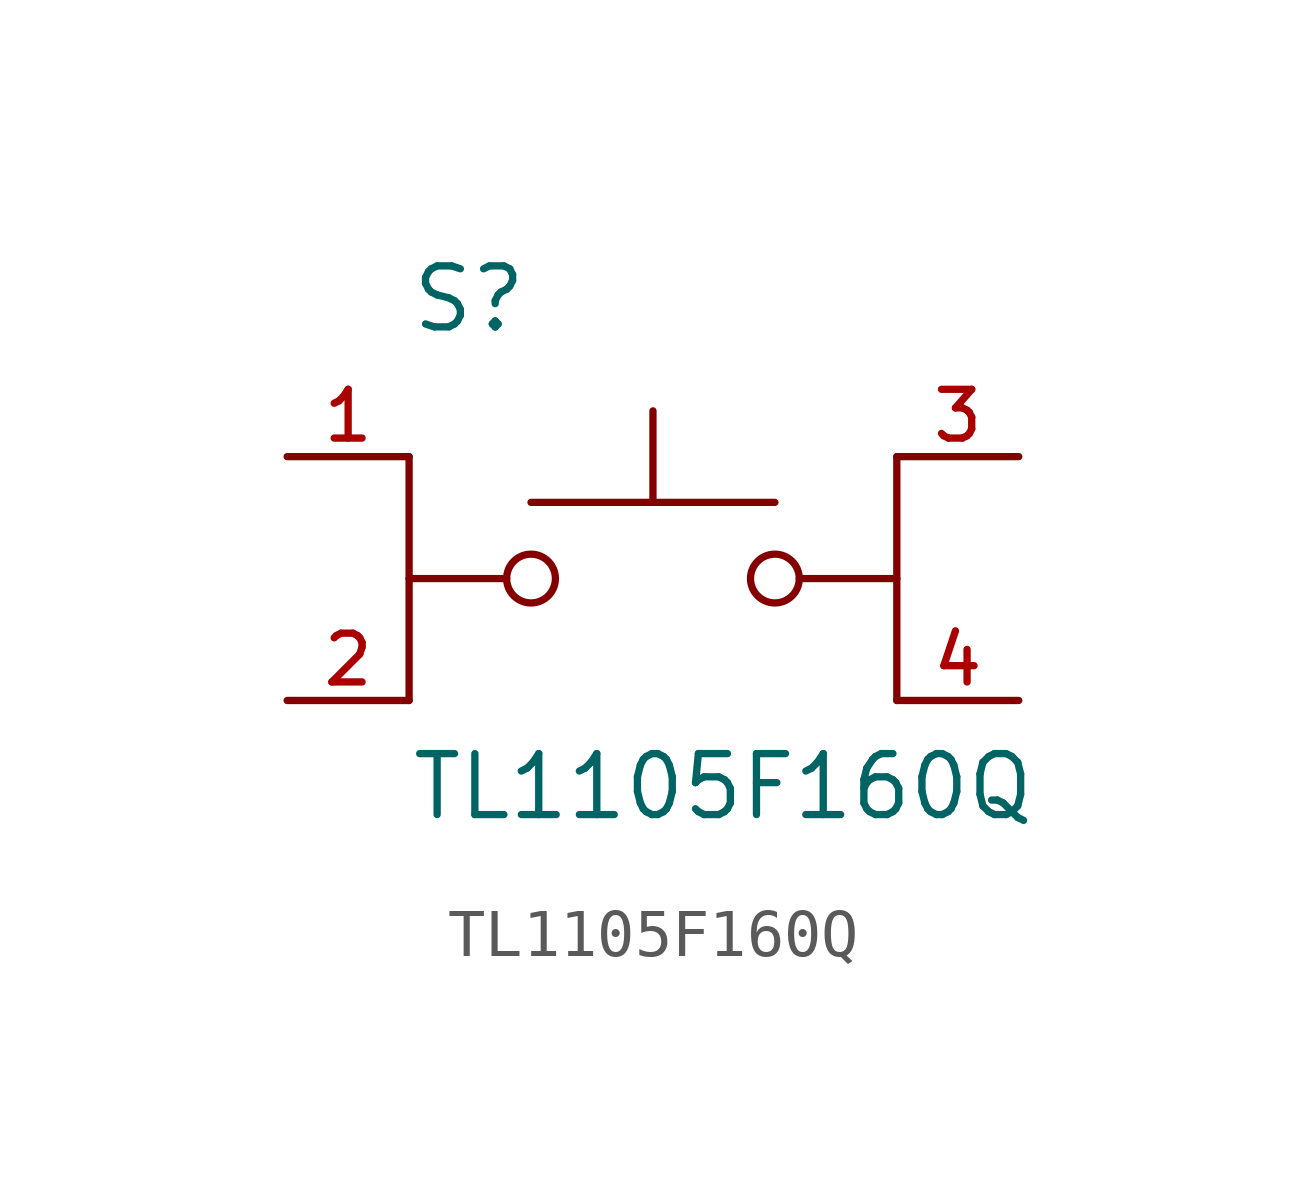
<source format=kicad_sym>
(kicad_symbol_lib
  (version 20211014)
  (generator kicad_symbol_editor)
  (symbol "TL1105F160Q"
    (pin_names
      (offset 1.016))
    (property "Reference" "S"
      (at -5.08 5.08 0)
      (effects (font (size 1.27 1.27)) (justify bottom left)))
    (property "Value" "TL1105F160Q"
      (at -5.08 -5.08 0)
      (effects (font (size 1.27 1.27)) (justify bottom left)))
    (symbol "TL1105F160Q_0_0"
      (circle (center 2.54 0.0) (radius 0.508) (stroke (width 0.152)) (fill (type none)))
      (polyline (pts (xy 5.08 0.0) (xy 3.048 0.0)) (stroke (width 0.152)))
      (polyline (pts (xy -5.08 0.0) (xy -3.048 0.0)) (stroke (width 0.152)))
      (circle (center -2.54 0.0) (radius 0.508) (stroke (width 0.152)) (fill (type none)))
      (polyline (pts (xy -2.54 1.587) (xy 0.0 1.587)) (stroke (width 0.152)))
      (polyline (pts (xy 0.0 1.587) (xy 2.54 1.587)) (stroke (width 0.152)))
      (polyline (pts (xy 0.0 1.587) (xy 0.0 3.493)) (stroke (width 0.152)))
      (polyline (pts (xy -5.08 2.54) (xy -5.08 -2.54)) (stroke (width 0.152)))
      (polyline (pts (xy 5.08 2.54) (xy 5.08 -2.54)) (stroke (width 0.152)))
      (pin passive line (at -7.62 2.54 0) (length 2.54) (name "~" (effects (font (size 1.016 1.016)))) (number "1" (effects (font (size 1.016 1.016)))))
      (pin passive line (at -7.62 -2.54 0) (length 2.54) (name "~" (effects (font (size 1.016 1.016)))) (number "2" (effects (font (size 1.016 1.016)))))
      (pin passive line (at 7.62 2.54 180.0) (length 2.54) (name "~" (effects (font (size 1.016 1.016)))) (number "3" (effects (font (size 1.016 1.016)))))
      (pin passive line (at 7.62 -2.54 180.0) (length 2.54) (name "~" (effects (font (size 1.016 1.016)))) (number "4" (effects (font (size 1.016 1.016))))))))
</source>
